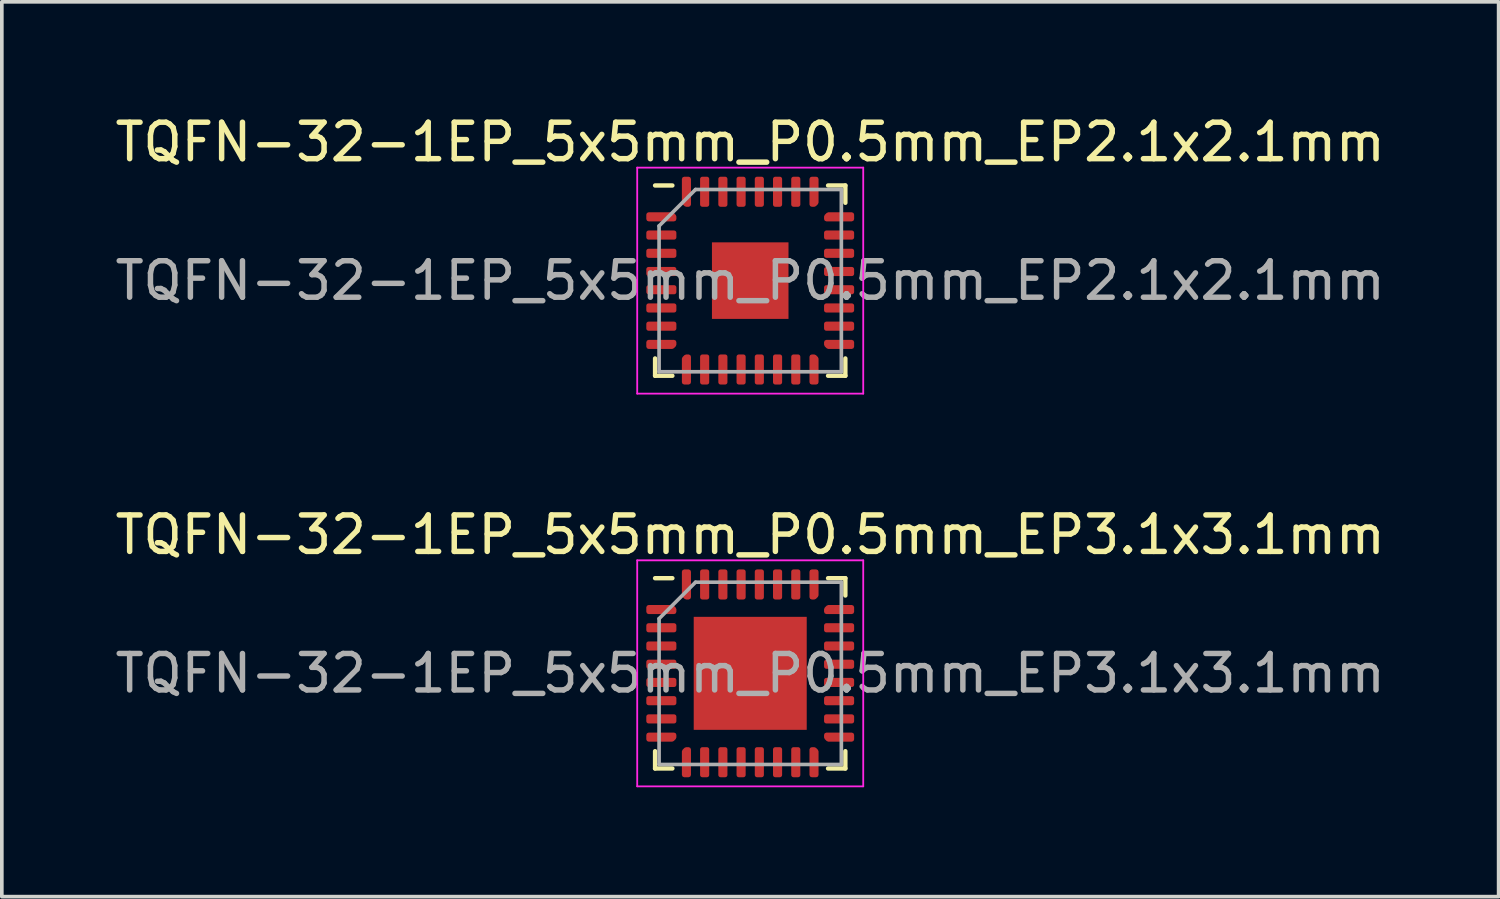
<source format=kicad_pcb>
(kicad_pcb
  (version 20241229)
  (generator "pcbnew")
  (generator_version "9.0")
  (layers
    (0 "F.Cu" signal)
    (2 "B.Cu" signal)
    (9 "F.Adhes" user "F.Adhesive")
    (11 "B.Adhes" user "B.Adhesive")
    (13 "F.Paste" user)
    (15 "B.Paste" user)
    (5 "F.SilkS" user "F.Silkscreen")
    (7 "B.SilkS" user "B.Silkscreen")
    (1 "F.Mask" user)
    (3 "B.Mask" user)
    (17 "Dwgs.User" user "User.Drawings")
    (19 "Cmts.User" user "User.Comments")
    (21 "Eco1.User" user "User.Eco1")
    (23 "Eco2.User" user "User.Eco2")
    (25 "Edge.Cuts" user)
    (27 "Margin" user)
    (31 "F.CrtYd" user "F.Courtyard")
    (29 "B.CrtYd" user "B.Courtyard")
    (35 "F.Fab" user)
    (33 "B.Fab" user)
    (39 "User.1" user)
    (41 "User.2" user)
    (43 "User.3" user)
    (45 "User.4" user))
  (footprint "TQFN-32-1EP_5x5mm_P0.5mm_EP3.1x3.1mm"
    (layer "F.Cu")
    (at 17.53 15.421)
    (property "Reference" "TQFN-32-1EP_5x5mm_P0.5mm_EP3.1x3.1mm" (at 0 -3.8 0) (layer "F.SilkS") (effects (font (size 1 1) (thickness 0.15))))
    (attr smd)
    (fp_line (start -2.61 2.61) (end -2.61 2.135) (stroke (width 0.12) (type solid)) (layer "F.SilkS"))
    (fp_line (start -2.135 -2.61) (end -2.61 -2.61) (stroke (width 0.12) (type solid)) (layer "F.SilkS"))
    (fp_line (start -2.135 2.61) (end -2.61 2.61) (stroke (width 0.12) (type solid)) (layer "F.SilkS"))
    (fp_line (start 2.135 -2.61) (end 2.61 -2.61) (stroke (width 0.12) (type solid)) (layer "F.SilkS"))
    (fp_line (start 2.135 2.61) (end 2.61 2.61) (stroke (width 0.12) (type solid)) (layer "F.SilkS"))
    (fp_line (start 2.61 -2.61) (end 2.61 -2.135) (stroke (width 0.12) (type solid)) (layer "F.SilkS"))
    (fp_line (start 2.61 2.61) (end 2.61 2.135) (stroke (width 0.12) (type solid)) (layer "F.SilkS"))
    (fp_line (start -3.1 -3.1) (end -3.1 3.1) (stroke (width 0.05) (type solid)) (layer "F.CrtYd"))
    (fp_line (start -3.1 3.1) (end 3.1 3.1) (stroke (width 0.05) (type solid)) (layer "F.CrtYd"))
    (fp_line (start 3.1 -3.1) (end -3.1 -3.1) (stroke (width 0.05) (type solid)) (layer "F.CrtYd"))
    (fp_line (start 3.1 3.1) (end 3.1 -3.1) (stroke (width 0.05) (type solid)) (layer "F.CrtYd"))
    (fp_line (start -2.5 -1.5) (end -1.5 -2.5) (stroke (width 0.1) (type solid)) (layer "F.Fab"))
    (fp_line (start -2.5 2.5) (end -2.5 -1.5) (stroke (width 0.1) (type solid)) (layer "F.Fab"))
    (fp_line (start -1.5 -2.5) (end 2.5 -2.5) (stroke (width 0.1) (type solid)) (layer "F.Fab"))
    (fp_line (start 2.5 -2.5) (end 2.5 2.5) (stroke (width 0.1) (type solid)) (layer "F.Fab"))
    (fp_line (start 2.5 2.5) (end -2.5 2.5) (stroke (width 0.1) (type solid)) (layer "F.Fab"))
    (fp_text user "${REFERENCE}" (at 0 0 0) (layer "F.Fab") (effects (font (size 1 1) (thickness 0.15))))
    (pad "" smd roundrect (at -0.775 -0.775) (size 1.25 1.25) (layers "F.Paste") (roundrect_rratio 0.2))
    (pad "" smd roundrect (at -0.775 0.775) (size 1.25 1.25) (layers "F.Paste") (roundrect_rratio 0.2))
    (pad "" smd roundrect (at 0.775 -0.775) (size 1.25 1.25) (layers "F.Paste") (roundrect_rratio 0.2))
    (pad "" smd roundrect (at 0.775 0.775) (size 1.25 1.25) (layers "F.Paste") (roundrect_rratio 0.2))
    (pad "1" smd custom (at -2.438 -1.75) (size 0.186 0.186) (layers "F.Cu" "F.Mask" "F.Paste") (options (anchor circle)) (primitives (gr_poly (pts (xy 0.35 -0.009) (xy 0.35 0.062) (xy -0.35 0.062) (xy -0.35 -0.062) (xy 0.297 -0.062)) (width 0.125) (fill yes))))
    (pad "2" smd roundrect (at -2.438 -1.25) (size 0.825 0.25) (layers "F.Cu" "F.Mask" "F.Paste") (roundrect_rratio 0.25))
    (pad "3" smd roundrect (at -2.438 -0.75) (size 0.825 0.25) (layers "F.Cu" "F.Mask" "F.Paste") (roundrect_rratio 0.25))
    (pad "4" smd roundrect (at -2.438 -0.25) (size 0.825 0.25) (layers "F.Cu" "F.Mask" "F.Paste") (roundrect_rratio 0.25))
    (pad "5" smd roundrect (at -2.438 0.25) (size 0.825 0.25) (layers "F.Cu" "F.Mask" "F.Paste") (roundrect_rratio 0.25))
    (pad "6" smd roundrect (at -2.438 0.75) (size 0.825 0.25) (layers "F.Cu" "F.Mask" "F.Paste") (roundrect_rratio 0.25))
    (pad "7" smd roundrect (at -2.438 1.25) (size 0.825 0.25) (layers "F.Cu" "F.Mask" "F.Paste") (roundrect_rratio 0.25))
    (pad "8" smd custom (at -2.438 1.75) (size 0.186 0.186) (layers "F.Cu" "F.Mask" "F.Paste") (options (anchor circle)) (primitives (gr_poly (pts (xy 0.35 0.009) (xy 0.297 0.062) (xy -0.35 0.062) (xy -0.35 -0.062) (xy 0.35 -0.062)) (width 0.125) (fill yes))))
    (pad "9" smd custom (at -1.75 2.438) (size 0.186 0.186) (layers "F.Cu" "F.Mask" "F.Paste") (options (anchor circle)) (primitives (gr_poly (pts (xy 0.062 0.35) (xy -0.062 0.35) (xy -0.062 -0.297) (xy -0.009 -0.35) (xy 0.062 -0.35)) (width 0.125) (fill yes))))
    (pad "10" smd roundrect (at -1.25 2.438) (size 0.25 0.825) (layers "F.Cu" "F.Mask" "F.Paste") (roundrect_rratio 0.25))
    (pad "11" smd roundrect (at -0.75 2.438) (size 0.25 0.825) (layers "F.Cu" "F.Mask" "F.Paste") (roundrect_rratio 0.25))
    (pad "12" smd roundrect (at -0.25 2.438) (size 0.25 0.825) (layers "F.Cu" "F.Mask" "F.Paste") (roundrect_rratio 0.25))
    (pad "13" smd roundrect (at 0.25 2.438) (size 0.25 0.825) (layers "F.Cu" "F.Mask" "F.Paste") (roundrect_rratio 0.25))
    (pad "14" smd roundrect (at 0.75 2.438) (size 0.25 0.825) (layers "F.Cu" "F.Mask" "F.Paste") (roundrect_rratio 0.25))
    (pad "15" smd roundrect (at 1.25 2.438) (size 0.25 0.825) (layers "F.Cu" "F.Mask" "F.Paste") (roundrect_rratio 0.25))
    (pad "16" smd custom (at 1.75 2.438) (size 0.186 0.186) (layers "F.Cu" "F.Mask" "F.Paste") (options (anchor circle)) (primitives (gr_poly (pts (xy 0.062 -0.297) (xy 0.062 0.35) (xy -0.062 0.35) (xy -0.062 -0.35) (xy 0.009 -0.35)) (width 0.125) (fill yes))))
    (pad "17" smd custom (at 2.438 1.75) (size 0.186 0.186) (layers "F.Cu" "F.Mask" "F.Paste") (options (anchor circle)) (primitives (gr_poly (pts (xy 0.35 0.062) (xy -0.297 0.062) (xy -0.35 0.009) (xy -0.35 -0.062) (xy 0.35 -0.062)) (width 0.125) (fill yes))))
    (pad "18" smd roundrect (at 2.438 1.25) (size 0.825 0.25) (layers "F.Cu" "F.Mask" "F.Paste") (roundrect_rratio 0.25))
    (pad "19" smd roundrect (at 2.438 0.75) (size 0.825 0.25) (layers "F.Cu" "F.Mask" "F.Paste") (roundrect_rratio 0.25))
    (pad "20" smd roundrect (at 2.438 0.25) (size 0.825 0.25) (layers "F.Cu" "F.Mask" "F.Paste") (roundrect_rratio 0.25))
    (pad "21" smd roundrect (at 2.438 -0.25) (size 0.825 0.25) (layers "F.Cu" "F.Mask" "F.Paste") (roundrect_rratio 0.25))
    (pad "22" smd roundrect (at 2.438 -0.75) (size 0.825 0.25) (layers "F.Cu" "F.Mask" "F.Paste") (roundrect_rratio 0.25))
    (pad "23" smd roundrect (at 2.438 -1.25) (size 0.825 0.25) (layers "F.Cu" "F.Mask" "F.Paste") (roundrect_rratio 0.25))
    (pad "24" smd custom (at 2.438 -1.75) (size 0.186 0.186) (layers "F.Cu" "F.Mask" "F.Paste") (options (anchor circle)) (primitives (gr_poly (pts (xy 0.35 0.062) (xy -0.35 0.062) (xy -0.35 -0.009) (xy -0.297 -0.062) (xy 0.35 -0.062)) (width 0.125) (fill yes))))
    (pad "25" smd custom (at 1.75 -2.438) (size 0.186 0.186) (layers "F.Cu" "F.Mask" "F.Paste") (options (anchor circle)) (primitives (gr_poly (pts (xy 0.062 0.297) (xy 0.009 0.35) (xy -0.062 0.35) (xy -0.062 -0.35) (xy 0.062 -0.35)) (width 0.125) (fill yes))))
    (pad "26" smd roundrect (at 1.25 -2.438) (size 0.25 0.825) (layers "F.Cu" "F.Mask" "F.Paste") (roundrect_rratio 0.25))
    (pad "27" smd roundrect (at 0.75 -2.438) (size 0.25 0.825) (layers "F.Cu" "F.Mask" "F.Paste") (roundrect_rratio 0.25))
    (pad "28" smd roundrect (at 0.25 -2.438) (size 0.25 0.825) (layers "F.Cu" "F.Mask" "F.Paste") (roundrect_rratio 0.25))
    (pad "29" smd roundrect (at -0.25 -2.438) (size 0.25 0.825) (layers "F.Cu" "F.Mask" "F.Paste") (roundrect_rratio 0.25))
    (pad "30" smd roundrect (at -0.75 -2.438) (size 0.25 0.825) (layers "F.Cu" "F.Mask" "F.Paste") (roundrect_rratio 0.25))
    (pad "31" smd roundrect (at -1.25 -2.438) (size 0.25 0.825) (layers "F.Cu" "F.Mask" "F.Paste") (roundrect_rratio 0.25))
    (pad "32" smd custom (at -1.75 -2.438) (size 0.186 0.186) (layers "F.Cu" "F.Mask" "F.Paste") (options (anchor circle)) (primitives (gr_poly (pts (xy 0.062 0.35) (xy -0.009 0.35) (xy -0.062 0.297) (xy -0.062 -0.35) (xy 0.062 -0.35)) (width 0.125) (fill yes))))
    (pad "33" smd rect (at 0 0) (size 3.1 3.1) (layers "F.Cu" "F.Mask")))
  (footprint "TQFN-32-1EP_5x5mm_P0.5mm_EP2.1x2.1mm"
    (layer "F.Cu")
    (at 17.53 4.648)
    (property "Reference" "TQFN-32-1EP_5x5mm_P0.5mm_EP2.1x2.1mm" (at 0 -3.8 0) (layer "F.SilkS") (effects (font (size 1 1) (thickness 0.15))))
    (attr smd)
    (fp_line (start -2.61 2.61) (end -2.61 2.135) (stroke (width 0.12) (type solid)) (layer "F.SilkS"))
    (fp_line (start -2.135 -2.61) (end -2.61 -2.61) (stroke (width 0.12) (type solid)) (layer "F.SilkS"))
    (fp_line (start -2.135 2.61) (end -2.61 2.61) (stroke (width 0.12) (type solid)) (layer "F.SilkS"))
    (fp_line (start 2.135 -2.61) (end 2.61 -2.61) (stroke (width 0.12) (type solid)) (layer "F.SilkS"))
    (fp_line (start 2.135 2.61) (end 2.61 2.61) (stroke (width 0.12) (type solid)) (layer "F.SilkS"))
    (fp_line (start 2.61 -2.61) (end 2.61 -2.135) (stroke (width 0.12) (type solid)) (layer "F.SilkS"))
    (fp_line (start 2.61 2.61) (end 2.61 2.135) (stroke (width 0.12) (type solid)) (layer "F.SilkS"))
    (fp_line (start -3.1 -3.1) (end -3.1 3.1) (stroke (width 0.05) (type solid)) (layer "F.CrtYd"))
    (fp_line (start -3.1 3.1) (end 3.1 3.1) (stroke (width 0.05) (type solid)) (layer "F.CrtYd"))
    (fp_line (start 3.1 -3.1) (end -3.1 -3.1) (stroke (width 0.05) (type solid)) (layer "F.CrtYd"))
    (fp_line (start 3.1 3.1) (end 3.1 -3.1) (stroke (width 0.05) (type solid)) (layer "F.CrtYd"))
    (fp_line (start -2.5 -1.5) (end -1.5 -2.5) (stroke (width 0.1) (type solid)) (layer "F.Fab"))
    (fp_line (start -2.5 2.5) (end -2.5 -1.5) (stroke (width 0.1) (type solid)) (layer "F.Fab"))
    (fp_line (start -1.5 -2.5) (end 2.5 -2.5) (stroke (width 0.1) (type solid)) (layer "F.Fab"))
    (fp_line (start 2.5 -2.5) (end 2.5 2.5) (stroke (width 0.1) (type solid)) (layer "F.Fab"))
    (fp_line (start 2.5 2.5) (end -2.5 2.5) (stroke (width 0.1) (type solid)) (layer "F.Fab"))
    (fp_text user "${REFERENCE}" (at 0 0 0) (layer "F.Fab") (effects (font (size 1 1) (thickness 0.15))))
    (pad "" smd roundrect (at -0.525 -0.525) (size 0.85 0.85) (layers "F.Paste") (roundrect_rratio 0.25))
    (pad "" smd roundrect (at -0.525 0.525) (size 0.85 0.85) (layers "F.Paste") (roundrect_rratio 0.25))
    (pad "" smd roundrect (at 0.525 -0.525) (size 0.85 0.85) (layers "F.Paste") (roundrect_rratio 0.25))
    (pad "" smd roundrect (at 0.525 0.525) (size 0.85 0.85) (layers "F.Paste") (roundrect_rratio 0.25))
    (pad "1" smd custom (at -2.438 -1.75) (size 0.186 0.186) (layers "F.Cu" "F.Mask" "F.Paste") (options (anchor circle)) (primitives (gr_poly (pts (xy 0.35 -0.009) (xy 0.35 0.062) (xy -0.35 0.062) (xy -0.35 -0.062) (xy 0.297 -0.062)) (width 0.125) (fill yes))))
    (pad "2" smd roundrect (at -2.438 -1.25) (size 0.825 0.25) (layers "F.Cu" "F.Mask" "F.Paste") (roundrect_rratio 0.25))
    (pad "3" smd roundrect (at -2.438 -0.75) (size 0.825 0.25) (layers "F.Cu" "F.Mask" "F.Paste") (roundrect_rratio 0.25))
    (pad "4" smd roundrect (at -2.438 -0.25) (size 0.825 0.25) (layers "F.Cu" "F.Mask" "F.Paste") (roundrect_rratio 0.25))
    (pad "5" smd roundrect (at -2.438 0.25) (size 0.825 0.25) (layers "F.Cu" "F.Mask" "F.Paste") (roundrect_rratio 0.25))
    (pad "6" smd roundrect (at -2.438 0.75) (size 0.825 0.25) (layers "F.Cu" "F.Mask" "F.Paste") (roundrect_rratio 0.25))
    (pad "7" smd roundrect (at -2.438 1.25) (size 0.825 0.25) (layers "F.Cu" "F.Mask" "F.Paste") (roundrect_rratio 0.25))
    (pad "8" smd custom (at -2.438 1.75) (size 0.186 0.186) (layers "F.Cu" "F.Mask" "F.Paste") (options (anchor circle)) (primitives (gr_poly (pts (xy 0.35 0.009) (xy 0.297 0.062) (xy -0.35 0.062) (xy -0.35 -0.062) (xy 0.35 -0.062)) (width 0.125) (fill yes))))
    (pad "9" smd custom (at -1.75 2.438) (size 0.186 0.186) (layers "F.Cu" "F.Mask" "F.Paste") (options (anchor circle)) (primitives (gr_poly (pts (xy 0.062 0.35) (xy -0.062 0.35) (xy -0.062 -0.297) (xy -0.009 -0.35) (xy 0.062 -0.35)) (width 0.125) (fill yes))))
    (pad "10" smd roundrect (at -1.25 2.438) (size 0.25 0.825) (layers "F.Cu" "F.Mask" "F.Paste") (roundrect_rratio 0.25))
    (pad "11" smd roundrect (at -0.75 2.438) (size 0.25 0.825) (layers "F.Cu" "F.Mask" "F.Paste") (roundrect_rratio 0.25))
    (pad "12" smd roundrect (at -0.25 2.438) (size 0.25 0.825) (layers "F.Cu" "F.Mask" "F.Paste") (roundrect_rratio 0.25))
    (pad "13" smd roundrect (at 0.25 2.438) (size 0.25 0.825) (layers "F.Cu" "F.Mask" "F.Paste") (roundrect_rratio 0.25))
    (pad "14" smd roundrect (at 0.75 2.438) (size 0.25 0.825) (layers "F.Cu" "F.Mask" "F.Paste") (roundrect_rratio 0.25))
    (pad "15" smd roundrect (at 1.25 2.438) (size 0.25 0.825) (layers "F.Cu" "F.Mask" "F.Paste") (roundrect_rratio 0.25))
    (pad "16" smd custom (at 1.75 2.438) (size 0.186 0.186) (layers "F.Cu" "F.Mask" "F.Paste") (options (anchor circle)) (primitives (gr_poly (pts (xy 0.062 -0.297) (xy 0.062 0.35) (xy -0.062 0.35) (xy -0.062 -0.35) (xy 0.009 -0.35)) (width 0.125) (fill yes))))
    (pad "17" smd custom (at 2.438 1.75) (size 0.186 0.186) (layers "F.Cu" "F.Mask" "F.Paste") (options (anchor circle)) (primitives (gr_poly (pts (xy 0.35 0.062) (xy -0.297 0.062) (xy -0.35 0.009) (xy -0.35 -0.062) (xy 0.35 -0.062)) (width 0.125) (fill yes))))
    (pad "18" smd roundrect (at 2.438 1.25) (size 0.825 0.25) (layers "F.Cu" "F.Mask" "F.Paste") (roundrect_rratio 0.25))
    (pad "19" smd roundrect (at 2.438 0.75) (size 0.825 0.25) (layers "F.Cu" "F.Mask" "F.Paste") (roundrect_rratio 0.25))
    (pad "20" smd roundrect (at 2.438 0.25) (size 0.825 0.25) (layers "F.Cu" "F.Mask" "F.Paste") (roundrect_rratio 0.25))
    (pad "21" smd roundrect (at 2.438 -0.25) (size 0.825 0.25) (layers "F.Cu" "F.Mask" "F.Paste") (roundrect_rratio 0.25))
    (pad "22" smd roundrect (at 2.438 -0.75) (size 0.825 0.25) (layers "F.Cu" "F.Mask" "F.Paste") (roundrect_rratio 0.25))
    (pad "23" smd roundrect (at 2.438 -1.25) (size 0.825 0.25) (layers "F.Cu" "F.Mask" "F.Paste") (roundrect_rratio 0.25))
    (pad "24" smd custom (at 2.438 -1.75) (size 0.186 0.186) (layers "F.Cu" "F.Mask" "F.Paste") (options (anchor circle)) (primitives (gr_poly (pts (xy 0.35 0.062) (xy -0.35 0.062) (xy -0.35 -0.009) (xy -0.297 -0.062) (xy 0.35 -0.062)) (width 0.125) (fill yes))))
    (pad "25" smd custom (at 1.75 -2.438) (size 0.186 0.186) (layers "F.Cu" "F.Mask" "F.Paste") (options (anchor circle)) (primitives (gr_poly (pts (xy 0.062 0.297) (xy 0.009 0.35) (xy -0.062 0.35) (xy -0.062 -0.35) (xy 0.062 -0.35)) (width 0.125) (fill yes))))
    (pad "26" smd roundrect (at 1.25 -2.438) (size 0.25 0.825) (layers "F.Cu" "F.Mask" "F.Paste") (roundrect_rratio 0.25))
    (pad "27" smd roundrect (at 0.75 -2.438) (size 0.25 0.825) (layers "F.Cu" "F.Mask" "F.Paste") (roundrect_rratio 0.25))
    (pad "28" smd roundrect (at 0.25 -2.438) (size 0.25 0.825) (layers "F.Cu" "F.Mask" "F.Paste") (roundrect_rratio 0.25))
    (pad "29" smd roundrect (at -0.25 -2.438) (size 0.25 0.825) (layers "F.Cu" "F.Mask" "F.Paste") (roundrect_rratio 0.25))
    (pad "30" smd roundrect (at -0.75 -2.438) (size 0.25 0.825) (layers "F.Cu" "F.Mask" "F.Paste") (roundrect_rratio 0.25))
    (pad "31" smd roundrect (at -1.25 -2.438) (size 0.25 0.825) (layers "F.Cu" "F.Mask" "F.Paste") (roundrect_rratio 0.25))
    (pad "32" smd custom (at -1.75 -2.438) (size 0.186 0.186) (layers "F.Cu" "F.Mask" "F.Paste") (options (anchor circle)) (primitives (gr_poly (pts (xy 0.062 0.35) (xy -0.009 0.35) (xy -0.062 0.297) (xy -0.062 -0.35) (xy 0.062 -0.35)) (width 0.125) (fill yes))))
    (pad "33" smd rect (at 0 0) (size 2.1 2.1) (layers "F.Cu" "F.Mask")))
  (gr_rect
    (start -3 -3)
    (end 38.06 21.547)
    (stroke (width 0.1) (type default))
    (fill no)
    (layer "Edge.Cuts")))
</source>
